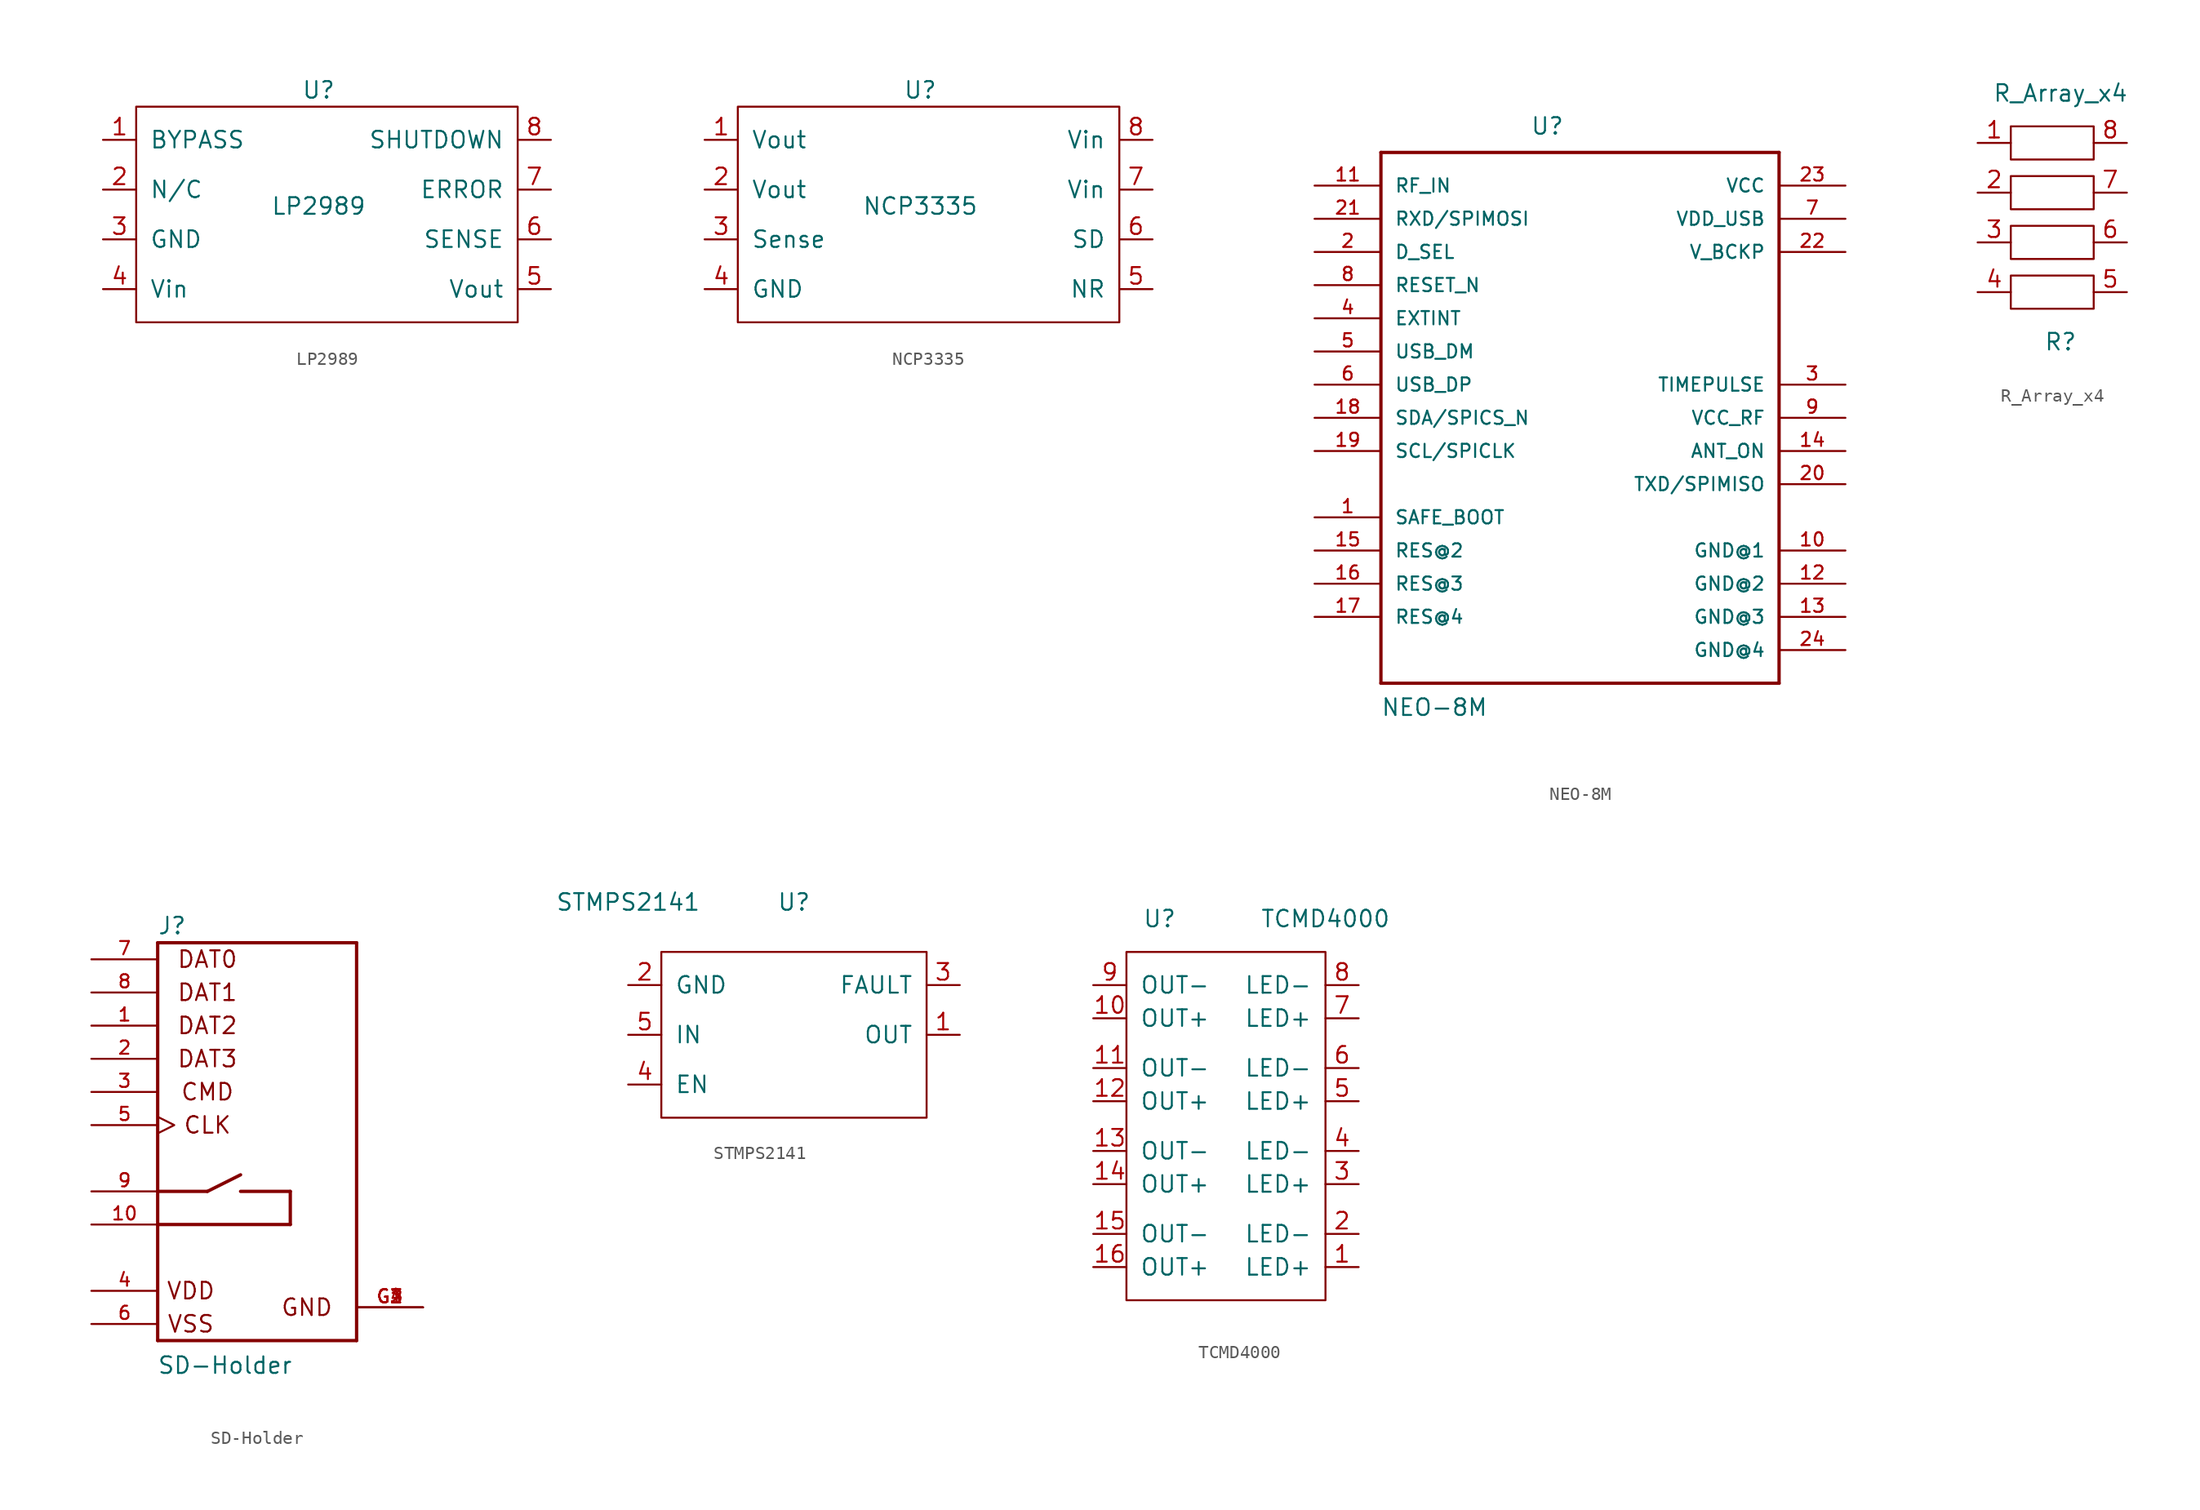
<source format=kicad_sym>
(kicad_symbol_lib
  (version 20241209)
  (generator "kicad_symbol_editor")
  (generator_version "9.0")
  (symbol "LP2989"
    (pin_names
      (offset 1.016))
    (property "Reference" "U"
      (at 8.89 6.35 0)
      (effects (font (size 1.27 1.27))))
    (property "Value" "LP2989"
      (at 8.89 -2.54 0)
      (effects (font (size 1.27 1.27))))
    (symbol "LP2989_0_1"
      (rectangle (start -5.08 5.08) (end 24.13 -11.43) (stroke (width 0) (type default)) (fill (type none))))
    (symbol "LP2989_1_1"
      (pin input line (at -7.62 2.54 0) (length 2.54) (name "BYPASS" (effects (font (size 1.27 1.27)))) (number "1" (effects (font (size 1.27 1.27)))))
      (pin input line (at -7.62 -1.27 0) (length 2.54) (name "N/C" (effects (font (size 1.27 1.27)))) (number "2" (effects (font (size 1.27 1.27)))))
      (pin input line (at -7.62 -5.08 0) (length 2.54) (name "GND" (effects (font (size 1.27 1.27)))) (number "3" (effects (font (size 1.27 1.27)))))
      (pin input line (at -7.62 -8.89 0) (length 2.54) (name "Vin" (effects (font (size 1.27 1.27)))) (number "4" (effects (font (size 1.27 1.27)))))
      (pin input line (at 26.67 2.54 180) (length 2.54) (name "SHUTDOWN" (effects (font (size 1.27 1.27)))) (number "8" (effects (font (size 1.27 1.27)))))
      (pin input line (at 26.67 -1.27 180) (length 2.54) (name "ERROR" (effects (font (size 1.27 1.27)))) (number "7" (effects (font (size 1.27 1.27)))))
      (pin input line (at 26.67 -5.08 180) (length 2.54) (name "SENSE" (effects (font (size 1.27 1.27)))) (number "6" (effects (font (size 1.27 1.27)))))
      (pin input line (at 26.67 -8.89 180) (length 2.54) (name "Vout" (effects (font (size 1.27 1.27)))) (number "5" (effects (font (size 1.27 1.27)))))))
  (symbol "NCP3335"
    (pin_names
      (offset 1.016))
    (property "Reference" "U"
      (at 8.89 6.35 0)
      (effects (font (size 1.27 1.27))))
    (property "Value" "NCP3335"
      (at 8.89 -2.54 0)
      (effects (font (size 1.27 1.27))))
    (symbol "NCP3335_0_1"
      (rectangle (start -5.08 5.08) (end 24.13 -11.43) (stroke (width 0) (type default)) (fill (type none))))
    (symbol "NCP3335_1_1"
      (pin input line (at -7.62 2.54 0) (length 2.54) (name "Vout" (effects (font (size 1.27 1.27)))) (number "1" (effects (font (size 1.27 1.27)))))
      (pin input line (at -7.62 -1.27 0) (length 2.54) (name "Vout" (effects (font (size 1.27 1.27)))) (number "2" (effects (font (size 1.27 1.27)))))
      (pin input line (at -7.62 -5.08 0) (length 2.54) (name "Sense" (effects (font (size 1.27 1.27)))) (number "3" (effects (font (size 1.27 1.27)))))
      (pin input line (at -7.62 -8.89 0) (length 2.54) (name "GND" (effects (font (size 1.27 1.27)))) (number "4" (effects (font (size 1.27 1.27)))))
      (pin input line (at 26.67 2.54 180) (length 2.54) (name "Vin" (effects (font (size 1.27 1.27)))) (number "8" (effects (font (size 1.27 1.27)))))
      (pin input line (at 26.67 -1.27 180) (length 2.54) (name "Vin" (effects (font (size 1.27 1.27)))) (number "7" (effects (font (size 1.27 1.27)))))
      (pin input line (at 26.67 -5.08 180) (length 2.54) (name "SD" (effects (font (size 1.27 1.27)))) (number "6" (effects (font (size 1.27 1.27)))))
      (pin input line (at 26.67 -8.89 180) (length 2.54) (name "NR" (effects (font (size 1.27 1.27)))) (number "5" (effects (font (size 1.27 1.27)))))))
  (symbol "NEO-8M"
    (pin_names
      (offset 1.016))
    (property "Reference" "U"
      (at -3.81 19.05 0)
      (effects (font (size 1.27 1.27)) (justify left bottom)))
    (property "Value" "NEO-8M"
      (at -15.265 -25.451 0)
      (effects (font (size 1.27 1.27)) (justify left bottom)))
    (symbol "NEO-8M_0_0"
      (polyline (pts (xy -15.24 17.78) (xy -15.24 -22.86)) (stroke (width 0.254) (type default)) (fill (type none)))
      (polyline (pts (xy -15.24 -22.86) (xy 15.24 -22.86)) (stroke (width 0.254) (type default)) (fill (type none)))
      (polyline (pts (xy 15.24 17.78) (xy -15.24 17.78)) (stroke (width 0.254) (type default)) (fill (type none)))
      (polyline (pts (xy 15.24 -22.86) (xy 15.24 17.78)) (stroke (width 0.254) (type default)) (fill (type none)))
      (pin input line (at -20.32 15.24 0) (length 5.08) (name "RF_IN" (effects (font (size 1.016 1.016)))) (number "11" (effects (font (size 1.016 1.016)))))
      (pin input line (at -20.32 12.7 0) (length 5.08) (name "RXD/SPIMOSI" (effects (font (size 1.016 1.016)))) (number "21" (effects (font (size 1.016 1.016)))))
      (pin input line (at -20.32 10.16 0) (length 5.08) (name "D_SEL" (effects (font (size 1.016 1.016)))) (number "2" (effects (font (size 1.016 1.016)))))
      (pin input line (at -20.32 7.62 0) (length 5.08) (name "RESET_N" (effects (font (size 1.016 1.016)))) (number "8" (effects (font (size 1.016 1.016)))))
      (pin bidirectional line (at -20.32 5.08 0) (length 5.08) (name "EXTINT" (effects (font (size 1.016 1.016)))) (number "4" (effects (font (size 1.016 1.016)))))
      (pin bidirectional line (at -20.32 2.54 0) (length 5.08) (name "USB_DM" (effects (font (size 1.016 1.016)))) (number "5" (effects (font (size 1.016 1.016)))))
      (pin bidirectional line (at -20.32 0 0) (length 5.08) (name "USB_DP" (effects (font (size 1.016 1.016)))) (number "6" (effects (font (size 1.016 1.016)))))
      (pin bidirectional line (at -20.32 -2.54 0) (length 5.08) (name "SDA/SPICS_N" (effects (font (size 1.016 1.016)))) (number "18" (effects (font (size 1.016 1.016)))))
      (pin bidirectional line (at -20.32 -5.08 0) (length 5.08) (name "SCL/SPICLK" (effects (font (size 1.016 1.016)))) (number "19" (effects (font (size 1.016 1.016)))))
      (pin input line (at -20.32 -10.16 0) (length 5.08) (name "SAFE_BOOT" (effects (font (size 1.016 1.016)))) (number "1" (effects (font (size 1.016 1.016)))))
      (pin input line (at -20.32 -12.7 0) (length 5.08) (name "RES@2" (effects (font (size 1.016 1.016)))) (number "15" (effects (font (size 1.016 1.016)))))
      (pin input line (at -20.32 -15.24 0) (length 5.08) (name "RES@3" (effects (font (size 1.016 1.016)))) (number "16" (effects (font (size 1.016 1.016)))))
      (pin input line (at -20.32 -17.78 0) (length 5.08) (name "RES@4" (effects (font (size 1.016 1.016)))) (number "17" (effects (font (size 1.016 1.016)))))
      (pin power_in line (at 20.32 15.24 180) (length 5.08) (name "VCC" (effects (font (size 1.016 1.016)))) (number "23" (effects (font (size 1.016 1.016)))))
      (pin power_in line (at 20.32 12.7 180) (length 5.08) (name "VDD_USB" (effects (font (size 1.016 1.016)))) (number "7" (effects (font (size 1.016 1.016)))))
      (pin power_in line (at 20.32 10.16 180) (length 5.08) (name "V_BCKP" (effects (font (size 1.016 1.016)))) (number "22" (effects (font (size 1.016 1.016)))))
      (pin output line (at 20.32 0 180) (length 5.08) (name "TIMEPULSE" (effects (font (size 1.016 1.016)))) (number "3" (effects (font (size 1.016 1.016)))))
      (pin output line (at 20.32 -2.54 180) (length 5.08) (name "VCC_RF" (effects (font (size 1.016 1.016)))) (number "9" (effects (font (size 1.016 1.016)))))
      (pin output line (at 20.32 -5.08 180) (length 5.08) (name "ANT_ON" (effects (font (size 1.016 1.016)))) (number "14" (effects (font (size 1.016 1.016)))))
      (pin output line (at 20.32 -7.62 180) (length 5.08) (name "TXD/SPIMISO" (effects (font (size 1.016 1.016)))) (number "20" (effects (font (size 1.016 1.016)))))
      (pin power_in line (at 20.32 -12.7 180) (length 5.08) (name "GND@1" (effects (font (size 1.016 1.016)))) (number "10" (effects (font (size 1.016 1.016)))))
      (pin power_in line (at 20.32 -15.24 180) (length 5.08) (name "GND@2" (effects (font (size 1.016 1.016)))) (number "12" (effects (font (size 1.016 1.016)))))
      (pin power_in line (at 20.32 -17.78 180) (length 5.08) (name "GND@3" (effects (font (size 1.016 1.016)))) (number "13" (effects (font (size 1.016 1.016)))))
      (pin power_in line (at 20.32 -20.32 180) (length 5.08) (name "GND@4" (effects (font (size 1.016 1.016)))) (number "24" (effects (font (size 1.016 1.016)))))))
  (symbol "R_Array_x4"
    (property "Reference" "R"
      (at 3.81 -1.27 0)
      (effects (font (size 1.27 1.27))))
    (property "Value" "R_Array_x4"
      (at 3.81 17.78 0)
      (effects (font (size 1.27 1.27))))
    (symbol "R_Array_x4_0_1"
      (rectangle (start 0 15.24) (end 6.35 12.7) (stroke (width 0.152) (type default)) (fill (type none)))
      (rectangle (start 0 11.43) (end 6.35 8.89) (stroke (width 0.152) (type default)) (fill (type none)))
      (rectangle (start 0 7.62) (end 6.35 5.08) (stroke (width 0.152) (type default)) (fill (type none)))
      (rectangle (start 0 3.81) (end 6.35 1.27) (stroke (width 0.152) (type default)) (fill (type none))))
    (symbol "R_Array_x4_1_1"
      (pin input line (at -2.54 13.97 0) (length 2.54) (name "" (effects (font (size 1.27 1.27)))) (number "1" (effects (font (size 1.27 1.27)))))
      (pin input line (at -2.54 10.16 0) (length 2.54) (name "" (effects (font (size 1.27 1.27)))) (number "2" (effects (font (size 1.27 1.27)))))
      (pin input line (at -2.54 6.35 0) (length 2.54) (name "" (effects (font (size 1.27 1.27)))) (number "3" (effects (font (size 1.27 1.27)))))
      (pin input line (at -2.54 2.54 0) (length 2.54) (name "" (effects (font (size 1.27 1.27)))) (number "4" (effects (font (size 1.27 1.27)))))
      (pin input line (at 8.89 13.97 180) (length 2.54) (name "" (effects (font (size 1.27 1.27)))) (number "8" (effects (font (size 1.27 1.27)))))
      (pin input line (at 8.89 10.16 180) (length 2.54) (name "" (effects (font (size 1.27 1.27)))) (number "7" (effects (font (size 1.27 1.27)))))
      (pin input line (at 8.89 6.35 180) (length 2.54) (name "" (effects (font (size 1.27 1.27)))) (number "6" (effects (font (size 1.27 1.27)))))
      (pin input line (at 8.89 2.54 180) (length 2.54) (name "" (effects (font (size 1.27 1.27)))) (number "5" (effects (font (size 1.27 1.27)))))))
  (symbol "SD-Holder"
    (pin_names
      (offset 1.016)
      (hide yes))
    (property "Reference" "J"
      (at -7.645 15.799 0)
      (effects (font (size 1.27 1.27)) (justify left bottom)))
    (property "Value" "SD-Holder"
      (at -7.671 -17.882 0)
      (effects (font (size 1.27 1.27)) (justify left bottom)))
    (property "ki_locked" ""
      (at 0 0 0)
      (effects (font (size 1.27 1.27))))
    (symbol "SD-Holder_0_0"
      (polyline (pts (xy -7.62 15.24) (xy 7.62 15.24)) (stroke (width 0.254) (type default)) (fill (type none)))
      (polyline (pts (xy -7.62 -3.81) (xy -7.62 15.24)) (stroke (width 0.254) (type default)) (fill (type none)))
      (polyline (pts (xy -7.62 -3.81) (xy -3.81 -3.81)) (stroke (width 0.254) (type default)) (fill (type none)))
      (polyline (pts (xy -7.62 -6.35) (xy -7.62 -3.81)) (stroke (width 0.254) (type default)) (fill (type none)))
      (polyline (pts (xy -7.62 -15.24) (xy -7.62 -6.35)) (stroke (width 0.254) (type default)) (fill (type none)))
      (polyline (pts (xy -3.81 -3.81) (xy -1.27 -2.54)) (stroke (width 0.254) (type default)) (fill (type none)))
      (polyline (pts (xy -1.27 -3.81) (xy 2.54 -3.81)) (stroke (width 0.254) (type default)) (fill (type none)))
      (polyline (pts (xy 2.54 -3.81) (xy 2.54 -6.35)) (stroke (width 0.254) (type default)) (fill (type none)))
      (polyline (pts (xy 2.54 -6.35) (xy -7.62 -6.35)) (stroke (width 0.254) (type default)) (fill (type none)))
      (polyline (pts (xy 7.62 15.24) (xy 7.62 -15.24)) (stroke (width 0.254) (type default)) (fill (type none)))
      (polyline (pts (xy 7.62 -15.24) (xy -7.62 -15.24)) (stroke (width 0.254) (type default)) (fill (type none)))
      (text "VDD" (at -5.08 -11.43 0) (effects (font (size 1.27 1.27))))
      (text "VSS" (at -5.08 -13.97 0) (effects (font (size 1.27 1.27))))
      (text "DAT0" (at -3.81 13.97 0) (effects (font (size 1.27 1.27))))
      (text "DAT1" (at -3.81 11.43 0) (effects (font (size 1.27 1.27))))
      (text "DAT2" (at -3.81 8.89 0) (effects (font (size 1.27 1.27))))
      (text "DAT3" (at -3.81 6.35 0) (effects (font (size 1.27 1.27))))
      (text "CMD" (at -3.81 3.81 0) (effects (font (size 1.27 1.27))))
      (text "CLK" (at -3.81 1.27 0) (effects (font (size 1.27 1.27))))
      (text "GND" (at 3.81 -12.7 0) (effects (font (size 1.27 1.27))))
      (pin bidirectional line (at -12.7 13.97 0) (length 5.08) (name "DAT0" (effects (font (size 1.016 1.016)))) (number "7" (effects (font (size 1.016 1.016)))))
      (pin bidirectional line (at -12.7 11.43 0) (length 5.08) (name "DAT1" (effects (font (size 1.016 1.016)))) (number "8" (effects (font (size 1.016 1.016)))))
      (pin bidirectional line (at -12.7 8.89 0) (length 5.08) (name "DAT2" (effects (font (size 1.016 1.016)))) (number "1" (effects (font (size 1.016 1.016)))))
      (pin bidirectional line (at -12.7 6.35 0) (length 5.08) (name "CD/DAT3" (effects (font (size 1.016 1.016)))) (number "2" (effects (font (size 1.016 1.016)))))
      (pin input line (at -12.7 3.81 0) (length 5.08) (name "CMD" (effects (font (size 1.016 1.016)))) (number "3" (effects (font (size 1.016 1.016)))))
      (pin input clock (at -12.7 1.27 0) (length 5.08) (name "CLK" (effects (font (size 1.016 1.016)))) (number "5" (effects (font (size 1.016 1.016)))))
      (pin passive line (at -12.7 -3.81 0) (length 5.08) (name "CARD_DET1" (effects (font (size 1.016 1.016)))) (number "9" (effects (font (size 1.016 1.016)))))
      (pin passive line (at -12.7 -6.35 0) (length 5.08) (name "CARD_DET2" (effects (font (size 1.016 1.016)))) (number "10" (effects (font (size 1.016 1.016)))))
      (pin power_in line (at -12.7 -11.43 0) (length 5.08) (name "VDD" (effects (font (size 1.016 1.016)))) (number "4" (effects (font (size 1.016 1.016)))))
      (pin power_in line (at -12.7 -13.97 0) (length 5.08) (name "VSS" (effects (font (size 1.016 1.016)))) (number "6" (effects (font (size 1.016 1.016)))))
      (pin power_in line (at 12.7 -12.7 180) (length 5.08) (name "GND" (effects (font (size 1.016 1.016)))) (number "G1" (effects (font (size 1.016 1.016)))))
      (pin power_in line (at 12.7 -12.7 180) (length 5.08) (name "GND" (effects (font (size 1.016 1.016)))) (number "G2" (effects (font (size 1.016 1.016)))))
      (pin power_in line (at 12.7 -12.7 180) (length 5.08) (name "GND" (effects (font (size 1.016 1.016)))) (number "G3" (effects (font (size 1.016 1.016)))))
      (pin power_in line (at 12.7 -12.7 180) (length 5.08) (name "GND" (effects (font (size 1.016 1.016)))) (number "G4" (effects (font (size 1.016 1.016)))))))
  (symbol "STMPS2141"
    (pin_names
      (offset 1.016))
    (property "Reference" "U"
      (at 5.08 8.89 0)
      (effects (font (size 1.27 1.27))))
    (property "Value" "STMPS2141"
      (at -7.62 8.89 0)
      (effects (font (size 1.27 1.27))))
    (symbol "STMPS2141_0_1"
      (rectangle (start -5.08 5.08) (end 15.24 -7.62) (stroke (width 0) (type default)) (fill (type none))))
    (symbol "STMPS2141_1_1"
      (pin input line (at -7.62 2.54 0) (length 2.54) (name "GND" (effects (font (size 1.27 1.27)))) (number "2" (effects (font (size 1.27 1.27)))))
      (pin input line (at -7.62 -1.27 0) (length 2.54) (name "IN" (effects (font (size 1.27 1.27)))) (number "5" (effects (font (size 1.27 1.27)))))
      (pin input line (at -7.62 -5.08 0) (length 2.54) (name "EN" (effects (font (size 1.27 1.27)))) (number "4" (effects (font (size 1.27 1.27)))))
      (pin input line (at 17.78 2.54 180) (length 2.54) (name "FAULT" (effects (font (size 1.27 1.27)))) (number "3" (effects (font (size 1.27 1.27)))))
      (pin input line (at 17.78 -1.27 180) (length 2.54) (name "OUT" (effects (font (size 1.27 1.27)))) (number "1" (effects (font (size 1.27 1.27)))))))
  (symbol "TCMD4000"
    (pin_names
      (offset 1.016))
    (property "Reference" "U"
      (at -6.35 15.24 0)
      (effects (font (size 1.27 1.27))))
    (property "Value" "TCMD4000"
      (at 6.35 15.24 0)
      (effects (font (size 1.27 1.27))))
    (symbol "TCMD4000_0_1"
      (rectangle (start -8.89 12.7) (end 6.35 -13.97) (stroke (width 0) (type default)) (fill (type none))))
    (symbol "TCMD4000_1_1"
      (pin input line (at -11.43 10.16 0) (length 2.54) (name "OUT-" (effects (font (size 1.27 1.27)))) (number "9" (effects (font (size 1.27 1.27)))))
      (pin input line (at -11.43 7.62 0) (length 2.54) (name "OUT+" (effects (font (size 1.27 1.27)))) (number "10" (effects (font (size 1.27 1.27)))))
      (pin input line (at -11.43 3.81 0) (length 2.54) (name "OUT-" (effects (font (size 1.27 1.27)))) (number "11" (effects (font (size 1.27 1.27)))))
      (pin input line (at -11.43 1.27 0) (length 2.54) (name "OUT+" (effects (font (size 1.27 1.27)))) (number "12" (effects (font (size 1.27 1.27)))))
      (pin input line (at -11.43 -2.54 0) (length 2.54) (name "OUT-" (effects (font (size 1.27 1.27)))) (number "13" (effects (font (size 1.27 1.27)))))
      (pin input line (at -11.43 -5.08 0) (length 2.54) (name "OUT+" (effects (font (size 1.27 1.27)))) (number "14" (effects (font (size 1.27 1.27)))))
      (pin input line (at -11.43 -8.89 0) (length 2.54) (name "OUT-" (effects (font (size 1.27 1.27)))) (number "15" (effects (font (size 1.27 1.27)))))
      (pin input line (at -11.43 -11.43 0) (length 2.54) (name "OUT+" (effects (font (size 1.27 1.27)))) (number "16" (effects (font (size 1.27 1.27)))))
      (pin input line (at 8.89 10.16 180) (length 2.54) (name "LED-" (effects (font (size 1.27 1.27)))) (number "8" (effects (font (size 1.27 1.27)))))
      (pin input line (at 8.89 7.62 180) (length 2.54) (name "LED+" (effects (font (size 1.27 1.27)))) (number "7" (effects (font (size 1.27 1.27)))))
      (pin input line (at 8.89 3.81 180) (length 2.54) (name "LED-" (effects (font (size 1.27 1.27)))) (number "6" (effects (font (size 1.27 1.27)))))
      (pin input line (at 8.89 1.27 180) (length 2.54) (name "LED+" (effects (font (size 1.27 1.27)))) (number "5" (effects (font (size 1.27 1.27)))))
      (pin input line (at 8.89 -2.54 180) (length 2.54) (name "LED-" (effects (font (size 1.27 1.27)))) (number "4" (effects (font (size 1.27 1.27)))))
      (pin input line (at 8.89 -5.08 180) (length 2.54) (name "LED+" (effects (font (size 1.27 1.27)))) (number "3" (effects (font (size 1.27 1.27)))))
      (pin input line (at 8.89 -8.89 180) (length 2.54) (name "LED-" (effects (font (size 1.27 1.27)))) (number "2" (effects (font (size 1.27 1.27)))))
      (pin input line (at 8.89 -11.43 180) (length 2.54) (name "LED+" (effects (font (size 1.27 1.27)))) (number "1" (effects (font (size 1.27 1.27))))))))
</source>
